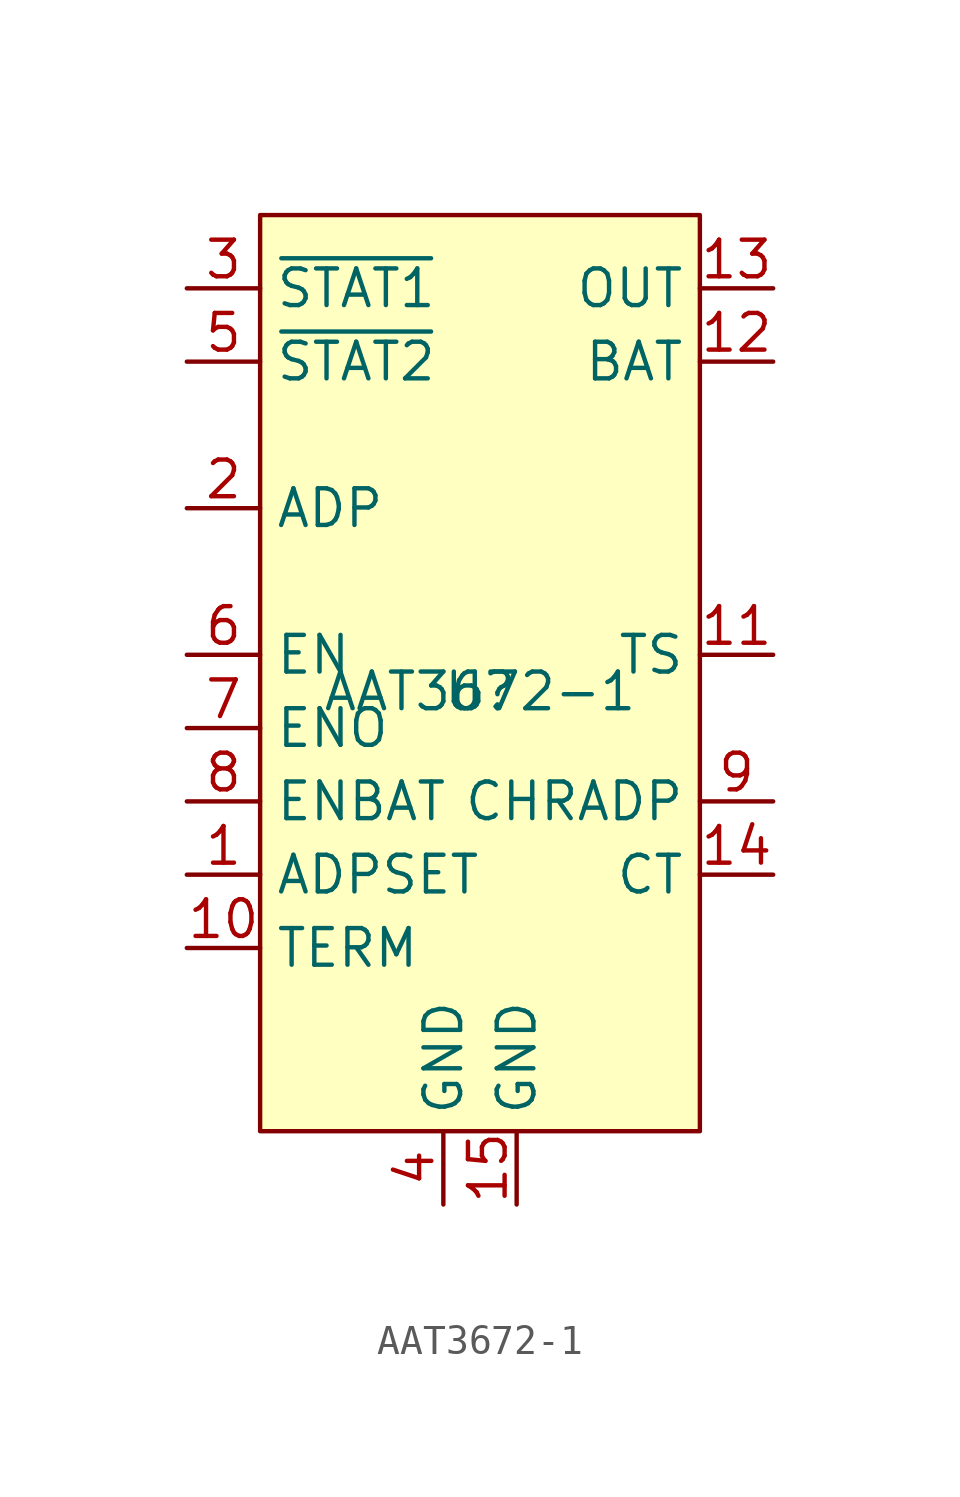
<source format=kicad_sym>
(kicad_symbol_lib
  (version 20211014)
  (generator kicad_symbol_editor)
  (symbol "AAT3672-1"
    (property "Reference" "U"
      (at 0 0 0)
      (effects (font (size 1.27 1.27))))
    (property "Value" "AAT3672-1"
      (at 0 0 0)
      (effects (font (size 1.27 1.27))))
    (symbol "AAT3672-1_0_1"
      (rectangle (start -7.62 16.51) (end 7.62 -15.24) (stroke (width 0) (type default) (color 0 0 0 0)) (fill (type background))))
    (symbol "AAT3672-1_1_1"
      (pin input line (at -10.16 -6.35 0) (length 2.54) (name "ADPSET" (effects (font (size 1.27 1.27)))) (number "1" (effects (font (size 1.27 1.27)))))
      (pin input line (at -10.16 -8.89 0) (length 2.54) (name "TERM" (effects (font (size 1.27 1.27)))) (number "10" (effects (font (size 1.27 1.27)))))
      (pin input line (at 10.16 1.27 180) (length 2.54) (name "TS" (effects (font (size 1.27 1.27)))) (number "11" (effects (font (size 1.27 1.27)))))
      (pin bidirectional line (at 10.16 11.43 180) (length 2.54) (name "BAT" (effects (font (size 1.27 1.27)))) (number "12" (effects (font (size 1.27 1.27)))))
      (pin output line (at 10.16 13.97 180) (length 2.54) (name "OUT" (effects (font (size 1.27 1.27)))) (number "13" (effects (font (size 1.27 1.27)))))
      (pin input line (at 10.16 -6.35 180) (length 2.54) (name "CT" (effects (font (size 1.27 1.27)))) (number "14" (effects (font (size 1.27 1.27)))))
      (pin power_in line (at 1.27 -17.78 90) (length 2.54) (name "GND" (effects (font (size 1.27 1.27)))) (number "15" (effects (font (size 1.27 1.27)))))
      (pin input line (at -10.16 6.35 0) (length 2.54) (name "ADP" (effects (font (size 1.27 1.27)))) (number "2" (effects (font (size 1.27 1.27)))))
      (pin output line (at -10.16 13.97 0) (length 2.54) (name "~{STAT1}" (effects (font (size 1.27 1.27)))) (number "3" (effects (font (size 1.27 1.27)))))
      (pin power_in line (at -1.27 -17.78 90) (length 2.54) (name "GND" (effects (font (size 1.27 1.27)))) (number "4" (effects (font (size 1.27 1.27)))))
      (pin output line (at -10.16 11.43 0) (length 2.54) (name "~{STAT2}" (effects (font (size 1.27 1.27)))) (number "5" (effects (font (size 1.27 1.27)))))
      (pin input line (at -10.16 1.27 0) (length 2.54) (name "EN" (effects (font (size 1.27 1.27)))) (number "6" (effects (font (size 1.27 1.27)))))
      (pin input line (at -10.16 -1.27 0) (length 2.54) (name "ENO" (effects (font (size 1.27 1.27)))) (number "7" (effects (font (size 1.27 1.27)))))
      (pin input line (at -10.16 -3.81 0) (length 2.54) (name "ENBAT" (effects (font (size 1.27 1.27)))) (number "8" (effects (font (size 1.27 1.27)))))
      (pin input line (at 10.16 -3.81 180) (length 2.54) (name "CHRADP" (effects (font (size 1.27 1.27)))) (number "9" (effects (font (size 1.27 1.27))))))))
</source>
